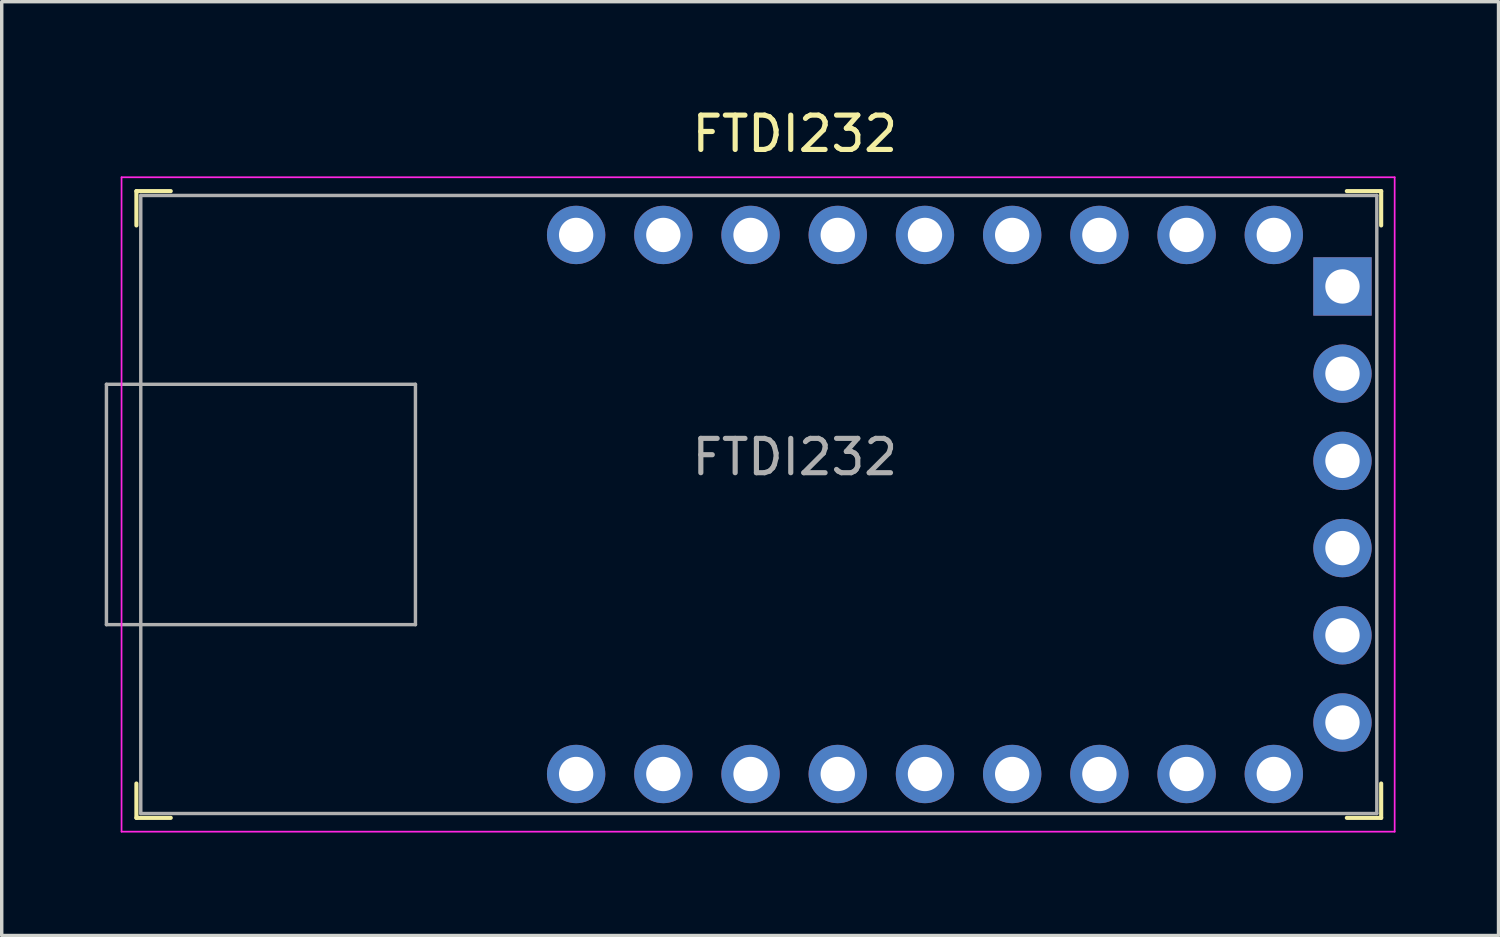
<source format=kicad_pcb>
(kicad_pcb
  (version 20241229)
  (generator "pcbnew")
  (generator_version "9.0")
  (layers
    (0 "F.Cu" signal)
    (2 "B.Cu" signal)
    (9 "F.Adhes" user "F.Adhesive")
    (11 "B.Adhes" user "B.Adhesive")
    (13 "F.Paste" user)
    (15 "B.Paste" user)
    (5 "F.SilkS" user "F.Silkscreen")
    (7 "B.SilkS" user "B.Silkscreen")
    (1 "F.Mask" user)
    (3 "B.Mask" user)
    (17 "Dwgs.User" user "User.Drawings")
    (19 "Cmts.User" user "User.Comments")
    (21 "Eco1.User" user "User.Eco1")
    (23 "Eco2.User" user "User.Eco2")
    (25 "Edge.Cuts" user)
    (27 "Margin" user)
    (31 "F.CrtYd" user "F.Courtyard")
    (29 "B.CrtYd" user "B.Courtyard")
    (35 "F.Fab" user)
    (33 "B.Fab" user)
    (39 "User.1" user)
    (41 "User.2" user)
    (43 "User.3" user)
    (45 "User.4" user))
  (footprint "FTDI232"
    (layer "F.Cu")
    (at 36.05 5.293)
    (property "Reference" "FTDI232" (at -15.95 -4.445 0) (layer "F.SilkS") (effects (font (size 1 1) (thickness 0.15))))
    (attr through_hole)
    (fp_line (start -35.127 -2.777) (end -34.127 -2.777) (stroke (width 0.12) (type solid)) (layer "F.SilkS"))
    (fp_line (start -35.127 -1.777) (end -35.127 -2.777) (stroke (width 0.12) (type solid)) (layer "F.SilkS"))
    (fp_line (start -35.127 15.477) (end -35.127 14.477) (stroke (width 0.12) (type solid)) (layer "F.SilkS"))
    (fp_line (start -34.127 15.477) (end -35.127 15.477) (stroke (width 0.12) (type solid)) (layer "F.SilkS"))
    (fp_line (start 0.127 -2.777) (end 1.127 -2.777) (stroke (width 0.12) (type solid)) (layer "F.SilkS"))
    (fp_line (start 1.127 -2.777) (end 1.127 -1.777) (stroke (width 0.12) (type solid)) (layer "F.SilkS"))
    (fp_line (start 1.127 14.477) (end 1.127 15.477) (stroke (width 0.12) (type solid)) (layer "F.SilkS"))
    (fp_line (start 1.127 15.477) (end 0.127 15.477) (stroke (width 0.12) (type solid)) (layer "F.SilkS"))
    (fp_line (start -35.56 -3.18) (end 1.52 -3.18) (stroke (width 0.05) (type solid)) (layer "F.CrtYd"))
    (fp_line (start -35.56 15.88) (end -35.56 -3.18) (stroke (width 0.05) (type solid)) (layer "F.CrtYd"))
    (fp_line (start 1.52 -3.18) (end 1.52 15.88) (stroke (width 0.05) (type solid)) (layer "F.CrtYd"))
    (fp_line (start 1.52 15.88) (end -35.56 15.88) (stroke (width 0.05) (type solid)) (layer "F.CrtYd"))
    (fp_line (start -36 2.85) (end -27 2.85) (stroke (width 0.1) (type solid)) (layer "F.Fab"))
    (fp_line (start -36 9.85) (end -36 2.85) (stroke (width 0.1) (type solid)) (layer "F.Fab"))
    (fp_line (start -35 -2.65) (end -35 15.35) (stroke (width 0.1) (type solid)) (layer "F.Fab"))
    (fp_line (start -35 15.35) (end 1 15.35) (stroke (width 0.1) (type solid)) (layer "F.Fab"))
    (fp_line (start -27 2.85) (end -27 9.85) (stroke (width 0.1) (type solid)) (layer "F.Fab"))
    (fp_line (start -27 9.85) (end -36 9.85) (stroke (width 0.1) (type solid)) (layer "F.Fab"))
    (fp_line (start 1 -2.65) (end -35 -2.65) (stroke (width 0.1) (type solid)) (layer "F.Fab"))
    (fp_line (start 1 15.35) (end 1 -2.65) (stroke (width 0.1) (type solid)) (layer "F.Fab"))
    (fp_text user "${REFERENCE}" (at -15.95 4.97 0) (layer "F.Fab") (effects (font (size 1 1) (thickness 0.15))))
    (pad "1" thru_hole rect (at 0 0) (size 1.7 1.7) (drill 1) (layers "*.Cu" "*.Mask"))
    (pad "2" thru_hole circle (at 0 2.54) (size 1.7 1.7) (drill 1) (layers "*.Cu" "*.Mask"))
    (pad "3" thru_hole circle (at 0 5.08) (size 1.7 1.7) (drill 1) (layers "*.Cu" "*.Mask"))
    (pad "4" thru_hole circle (at 0 7.62) (size 1.7 1.7) (drill 1) (layers "*.Cu" "*.Mask"))
    (pad "5" thru_hole circle (at 0 10.16) (size 1.7 1.7) (drill 1) (layers "*.Cu" "*.Mask"))
    (pad "6" thru_hole circle (at 0 12.7) (size 1.7 1.7) (drill 1) (layers "*.Cu" "*.Mask"))
    (pad "7" thru_hole circle (at -2 14.2) (size 1.7 1.7) (drill 1) (layers "*.Cu" "*.Mask"))
    (pad "8" thru_hole circle (at -4.54 14.2) (size 1.7 1.7) (drill 1) (layers "*.Cu" "*.Mask"))
    (pad "9" thru_hole circle (at -7.08 14.2) (size 1.7 1.7) (drill 1) (layers "*.Cu" "*.Mask"))
    (pad "10" thru_hole circle (at -9.62 14.2) (size 1.7 1.7) (drill 1) (layers "*.Cu" "*.Mask"))
    (pad "11" thru_hole circle (at -12.16 14.2) (size 1.7 1.7) (drill 1) (layers "*.Cu" "*.Mask"))
    (pad "12" thru_hole circle (at -14.7 14.2) (size 1.7 1.7) (drill 1) (layers "*.Cu" "*.Mask"))
    (pad "13" thru_hole circle (at -17.24 14.2) (size 1.7 1.7) (drill 1) (layers "*.Cu" "*.Mask"))
    (pad "14" thru_hole circle (at -19.78 14.2) (size 1.7 1.7) (drill 1) (layers "*.Cu" "*.Mask"))
    (pad "15" thru_hole circle (at -22.32 14.2) (size 1.7 1.7) (drill 1) (layers "*.Cu" "*.Mask"))
    (pad "16" thru_hole circle (at -2 -1.5) (size 1.7 1.7) (drill 1) (layers "*.Cu" "*.Mask"))
    (pad "17" thru_hole circle (at -4.54 -1.5) (size 1.7 1.7) (drill 1) (layers "*.Cu" "*.Mask"))
    (pad "18" thru_hole circle (at -7.08 -1.5) (size 1.7 1.7) (drill 1) (layers "*.Cu" "*.Mask"))
    (pad "19" thru_hole circle (at -9.62 -1.5) (size 1.7 1.7) (drill 1) (layers "*.Cu" "*.Mask"))
    (pad "20" thru_hole circle (at -12.16 -1.5) (size 1.7 1.7) (drill 1) (layers "*.Cu" "*.Mask"))
    (pad "21" thru_hole circle (at -14.7 -1.5) (size 1.7 1.7) (drill 1) (layers "*.Cu" "*.Mask"))
    (pad "22" thru_hole circle (at -17.24 -1.5) (size 1.7 1.7) (drill 1) (layers "*.Cu" "*.Mask"))
    (pad "23" thru_hole circle (at -19.78 -1.5) (size 1.7 1.7) (drill 1) (layers "*.Cu" "*.Mask"))
    (pad "24" thru_hole circle (at -22.32 -1.5) (size 1.7 1.7) (drill 1) (layers "*.Cu" "*.Mask")))
  (gr_rect
    (start -3 -3)
    (end 40.595 24.198)
    (stroke (width 0.1) (type default))
    (fill no)
    (layer "Edge.Cuts")))
</source>
